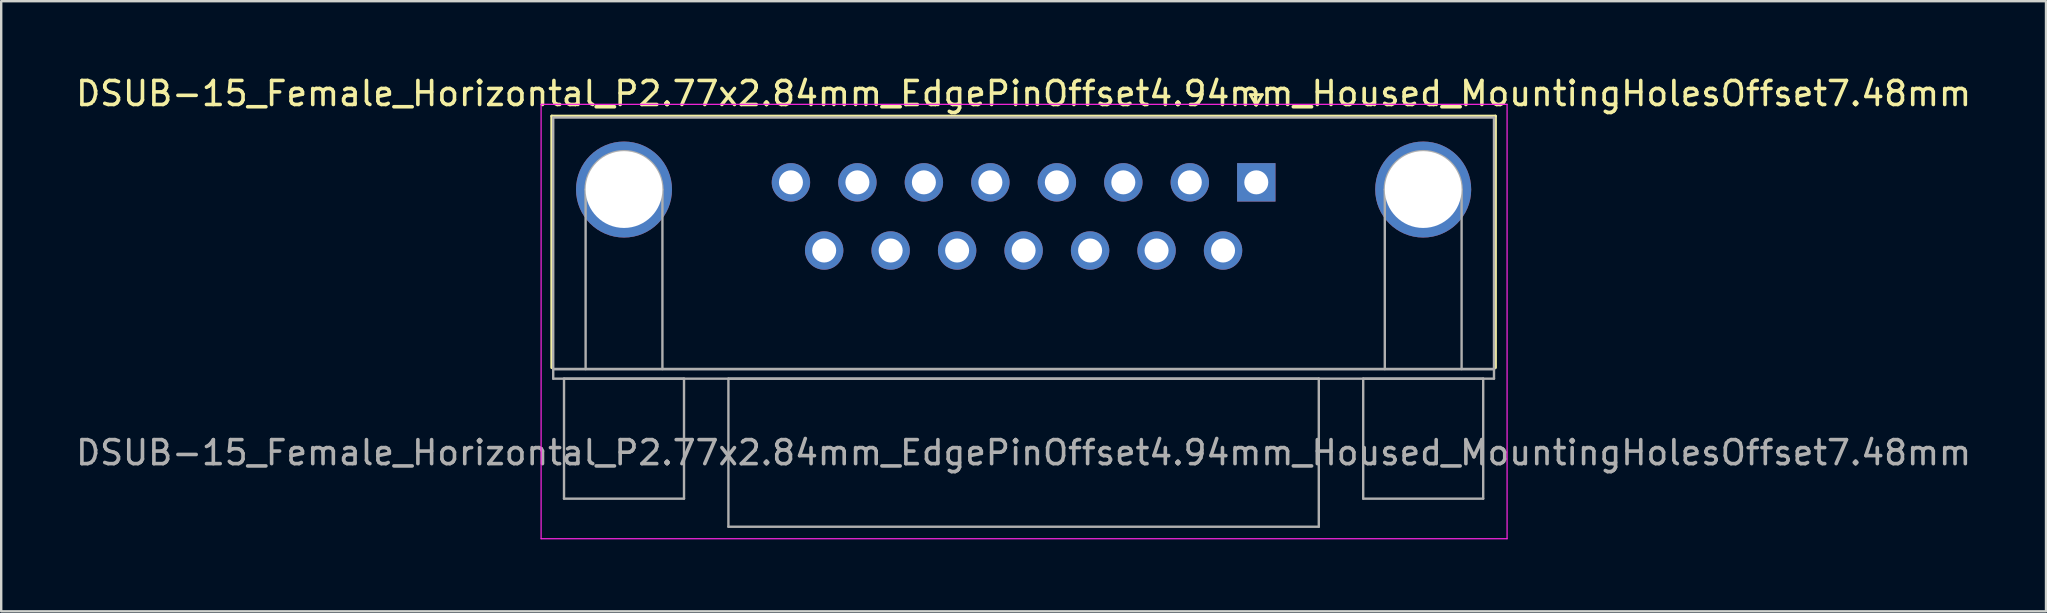
<source format=kicad_pcb>
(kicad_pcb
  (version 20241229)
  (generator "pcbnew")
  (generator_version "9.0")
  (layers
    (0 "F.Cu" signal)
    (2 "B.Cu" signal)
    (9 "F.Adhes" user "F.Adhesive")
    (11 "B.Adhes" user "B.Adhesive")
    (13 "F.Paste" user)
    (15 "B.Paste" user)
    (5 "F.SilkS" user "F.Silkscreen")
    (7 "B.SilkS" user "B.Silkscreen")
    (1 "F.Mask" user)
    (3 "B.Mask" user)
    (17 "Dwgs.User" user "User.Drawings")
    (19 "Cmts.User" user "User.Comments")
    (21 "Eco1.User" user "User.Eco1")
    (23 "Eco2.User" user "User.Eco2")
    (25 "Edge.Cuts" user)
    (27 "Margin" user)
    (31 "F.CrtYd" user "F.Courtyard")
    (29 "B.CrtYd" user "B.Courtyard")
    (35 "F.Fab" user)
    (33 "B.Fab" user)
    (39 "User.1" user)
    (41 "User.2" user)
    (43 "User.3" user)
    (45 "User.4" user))
  (footprint "DSUB-15_Female_Horizontal_P2.77x2.84mm_EdgePinOffset4.94mm_Housed_MountingHolesOffset7.48mm"
    (layer "F.Cu")
    (at 49.296 4.548)
    (property "Reference" "DSUB-15_Female_Horizontal_P2.77x2.84mm_EdgePinOffset4.94mm_Housed_MountingHolesOffset7.48mm" (at -9.695 -3.7 0) (layer "F.SilkS") (effects (font (size 1 1) (thickness 0.15))))
    (attr through_hole)
    (fp_line (start -29.355 -2.76) (end 9.965 -2.76) (stroke (width 0.12) (type solid)) (layer "F.SilkS"))
    (fp_line (start -29.355 7.72) (end -29.355 -2.76) (stroke (width 0.12) (type solid)) (layer "F.SilkS"))
    (fp_line (start -0.25 -3.654) (end 0.25 -3.654) (stroke (width 0.12) (type solid)) (layer "F.SilkS"))
    (fp_line (start 0 -3.221) (end -0.25 -3.654) (stroke (width 0.12) (type solid)) (layer "F.SilkS"))
    (fp_line (start 0.25 -3.654) (end 0 -3.221) (stroke (width 0.12) (type solid)) (layer "F.SilkS"))
    (fp_line (start 9.965 -2.76) (end 9.965 7.72) (stroke (width 0.12) (type solid)) (layer "F.SilkS"))
    (fp_line (start -29.8 -3.25) (end -29.8 14.85) (stroke (width 0.05) (type solid)) (layer "F.CrtYd"))
    (fp_line (start -29.8 14.85) (end 10.45 14.85) (stroke (width 0.05) (type solid)) (layer "F.CrtYd"))
    (fp_line (start 10.45 -3.25) (end -29.8 -3.25) (stroke (width 0.05) (type solid)) (layer "F.CrtYd"))
    (fp_line (start 10.45 14.85) (end 10.45 -3.25) (stroke (width 0.05) (type solid)) (layer "F.CrtYd"))
    (fp_line (start -29.295 -2.7) (end -29.295 7.78) (stroke (width 0.1) (type solid)) (layer "F.Fab"))
    (fp_line (start -29.295 7.78) (end -29.295 8.18) (stroke (width 0.1) (type solid)) (layer "F.Fab"))
    (fp_line (start -29.295 7.78) (end 9.905 7.78) (stroke (width 0.1) (type solid)) (layer "F.Fab"))
    (fp_line (start -29.295 8.18) (end 9.905 8.18) (stroke (width 0.1) (type solid)) (layer "F.Fab"))
    (fp_line (start -28.845 8.18) (end -28.845 13.18) (stroke (width 0.1) (type solid)) (layer "F.Fab"))
    (fp_line (start -28.845 13.18) (end -23.845 13.18) (stroke (width 0.1) (type solid)) (layer "F.Fab"))
    (fp_line (start -27.945 7.78) (end -27.945 0.3) (stroke (width 0.1) (type solid)) (layer "F.Fab"))
    (fp_line (start -24.745 7.78) (end -24.745 0.3) (stroke (width 0.1) (type solid)) (layer "F.Fab"))
    (fp_line (start -23.845 8.18) (end -28.845 8.18) (stroke (width 0.1) (type solid)) (layer "F.Fab"))
    (fp_line (start -23.845 13.18) (end -23.845 8.18) (stroke (width 0.1) (type solid)) (layer "F.Fab"))
    (fp_line (start -21.995 8.18) (end -21.995 14.35) (stroke (width 0.1) (type solid)) (layer "F.Fab"))
    (fp_line (start -21.995 14.35) (end 2.605 14.35) (stroke (width 0.1) (type solid)) (layer "F.Fab"))
    (fp_line (start 2.605 8.18) (end -21.995 8.18) (stroke (width 0.1) (type solid)) (layer "F.Fab"))
    (fp_line (start 2.605 14.35) (end 2.605 8.18) (stroke (width 0.1) (type solid)) (layer "F.Fab"))
    (fp_line (start 4.455 8.18) (end 4.455 13.18) (stroke (width 0.1) (type solid)) (layer "F.Fab"))
    (fp_line (start 4.455 13.18) (end 9.455 13.18) (stroke (width 0.1) (type solid)) (layer "F.Fab"))
    (fp_line (start 5.355 7.78) (end 5.355 0.3) (stroke (width 0.1) (type solid)) (layer "F.Fab"))
    (fp_line (start 8.555 7.78) (end 8.555 0.3) (stroke (width 0.1) (type solid)) (layer "F.Fab"))
    (fp_line (start 9.455 8.18) (end 4.455 8.18) (stroke (width 0.1) (type solid)) (layer "F.Fab"))
    (fp_line (start 9.455 13.18) (end 9.455 8.18) (stroke (width 0.1) (type solid)) (layer "F.Fab"))
    (fp_line (start 9.905 -2.7) (end -29.295 -2.7) (stroke (width 0.1) (type solid)) (layer "F.Fab"))
    (fp_line (start 9.905 7.78) (end -29.295 7.78) (stroke (width 0.1) (type solid)) (layer "F.Fab"))
    (fp_line (start 9.905 7.78) (end 9.905 -2.7) (stroke (width 0.1) (type solid)) (layer "F.Fab"))
    (fp_line (start 9.905 8.18) (end 9.905 7.78) (stroke (width 0.1) (type solid)) (layer "F.Fab"))
    (fp_arc (start -27.945 0.3) (mid -26.345 -1.3) (end -24.745 0.3) (stroke (width 0.1) (type solid)) (layer "F.Fab"))
    (fp_arc (start 5.355 0.3) (mid 6.955 -1.3) (end 8.555 0.3) (stroke (width 0.1) (type solid)) (layer "F.Fab"))
    (fp_text user "${REFERENCE}" (at -9.695 11.265 0) (layer "F.Fab") (effects (font (size 1 1) (thickness 0.15))))
    (pad "0" thru_hole circle (at -26.345 0.3) (size 4 4) (drill 3.2) (layers "*.Cu" "*.Mask"))
    (pad "0" thru_hole circle (at 6.955 0.3) (size 4 4) (drill 3.2) (layers "*.Cu" "*.Mask"))
    (pad "1" thru_hole rect (at 0 0) (size 1.6 1.6) (drill 1) (layers "*.Cu" "*.Mask"))
    (pad "2" thru_hole circle (at -2.77 0) (size 1.6 1.6) (drill 1) (layers "*.Cu" "*.Mask"))
    (pad "3" thru_hole circle (at -5.54 0) (size 1.6 1.6) (drill 1) (layers "*.Cu" "*.Mask"))
    (pad "4" thru_hole circle (at -8.31 0) (size 1.6 1.6) (drill 1) (layers "*.Cu" "*.Mask"))
    (pad "5" thru_hole circle (at -11.08 0) (size 1.6 1.6) (drill 1) (layers "*.Cu" "*.Mask"))
    (pad "6" thru_hole circle (at -13.85 0) (size 1.6 1.6) (drill 1) (layers "*.Cu" "*.Mask"))
    (pad "7" thru_hole circle (at -16.62 0) (size 1.6 1.6) (drill 1) (layers "*.Cu" "*.Mask"))
    (pad "8" thru_hole circle (at -19.39 0) (size 1.6 1.6) (drill 1) (layers "*.Cu" "*.Mask"))
    (pad "9" thru_hole circle (at -1.385 2.84) (size 1.6 1.6) (drill 1) (layers "*.Cu" "*.Mask"))
    (pad "10" thru_hole circle (at -4.155 2.84) (size 1.6 1.6) (drill 1) (layers "*.Cu" "*.Mask"))
    (pad "11" thru_hole circle (at -6.925 2.84) (size 1.6 1.6) (drill 1) (layers "*.Cu" "*.Mask"))
    (pad "12" thru_hole circle (at -9.695 2.84) (size 1.6 1.6) (drill 1) (layers "*.Cu" "*.Mask"))
    (pad "13" thru_hole circle (at -12.465 2.84) (size 1.6 1.6) (drill 1) (layers "*.Cu" "*.Mask"))
    (pad "14" thru_hole circle (at -15.235 2.84) (size 1.6 1.6) (drill 1) (layers "*.Cu" "*.Mask"))
    (pad "15" thru_hole circle (at -18.005 2.84) (size 1.6 1.6) (drill 1) (layers "*.Cu" "*.Mask")))
  (gr_rect
    (start -3 -3)
    (end 82.202 22.423)
    (stroke (width 0.1) (type default))
    (fill no)
    (layer "Edge.Cuts")))
</source>
